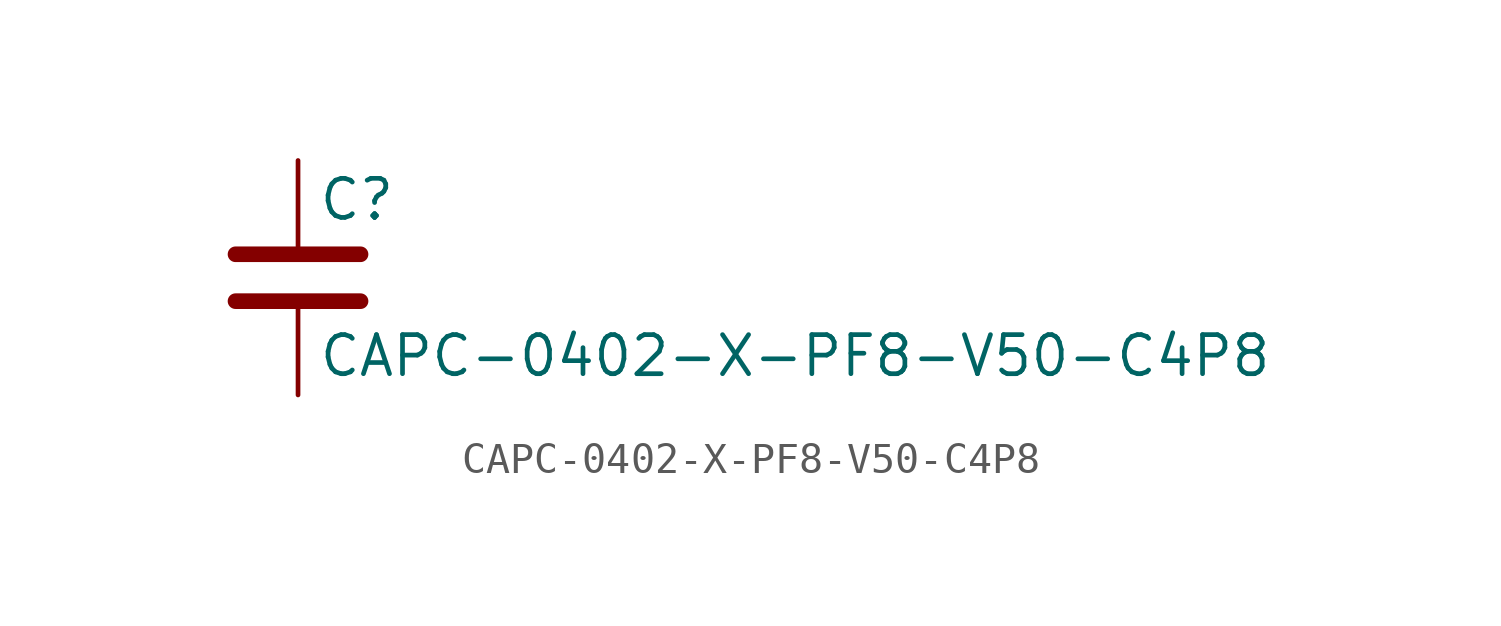
<source format=kicad_sym>
(kicad_symbol_lib
  (version 20211014)
  (generator kicad_symbol_editor)
  (symbol "CAPC-0402-X-PF8-V50-C4P8"
    (pin_numbers hide)
    (pin_names
      (offset 0.254))
    (property "Reference" "C"
      (at 0.635 2.54 0)
      (effects (font (size 1.27 1.27)) (justify left)))
    (property "Value" "CAPC-0402-X-PF8-V50-C4P8"
      (at 0.635 -2.54 0)
      (effects (font (size 1.27 1.27)) (justify left)))
    (symbol "CAPC-0402-X-PF8-V50-C4P8_0_1"
      (polyline (pts (xy -2.032 -0.762) (xy 2.032 -0.762)) (stroke (width 0.508) (type default) (color 0 0 0 0)) (fill (type none)))
      (polyline (pts (xy -2.032 0.762) (xy 2.032 0.762)) (stroke (width 0.508) (type default) (color 0 0 0 0)) (fill (type none))))
    (symbol "CAPC-0402-X-PF8-V50-C4P8_1_1"
      (pin passive line (at 0 3.81 270) (length 2.794) (name "~" (effects (font (size 1.27 1.27)))) (number "1" (effects (font (size 1.27 1.27)))))
      (pin passive line (at 0 -3.81 90) (length 2.794) (name "~" (effects (font (size 1.27 1.27)))) (number "2" (effects (font (size 1.27 1.27))))))))
</source>
